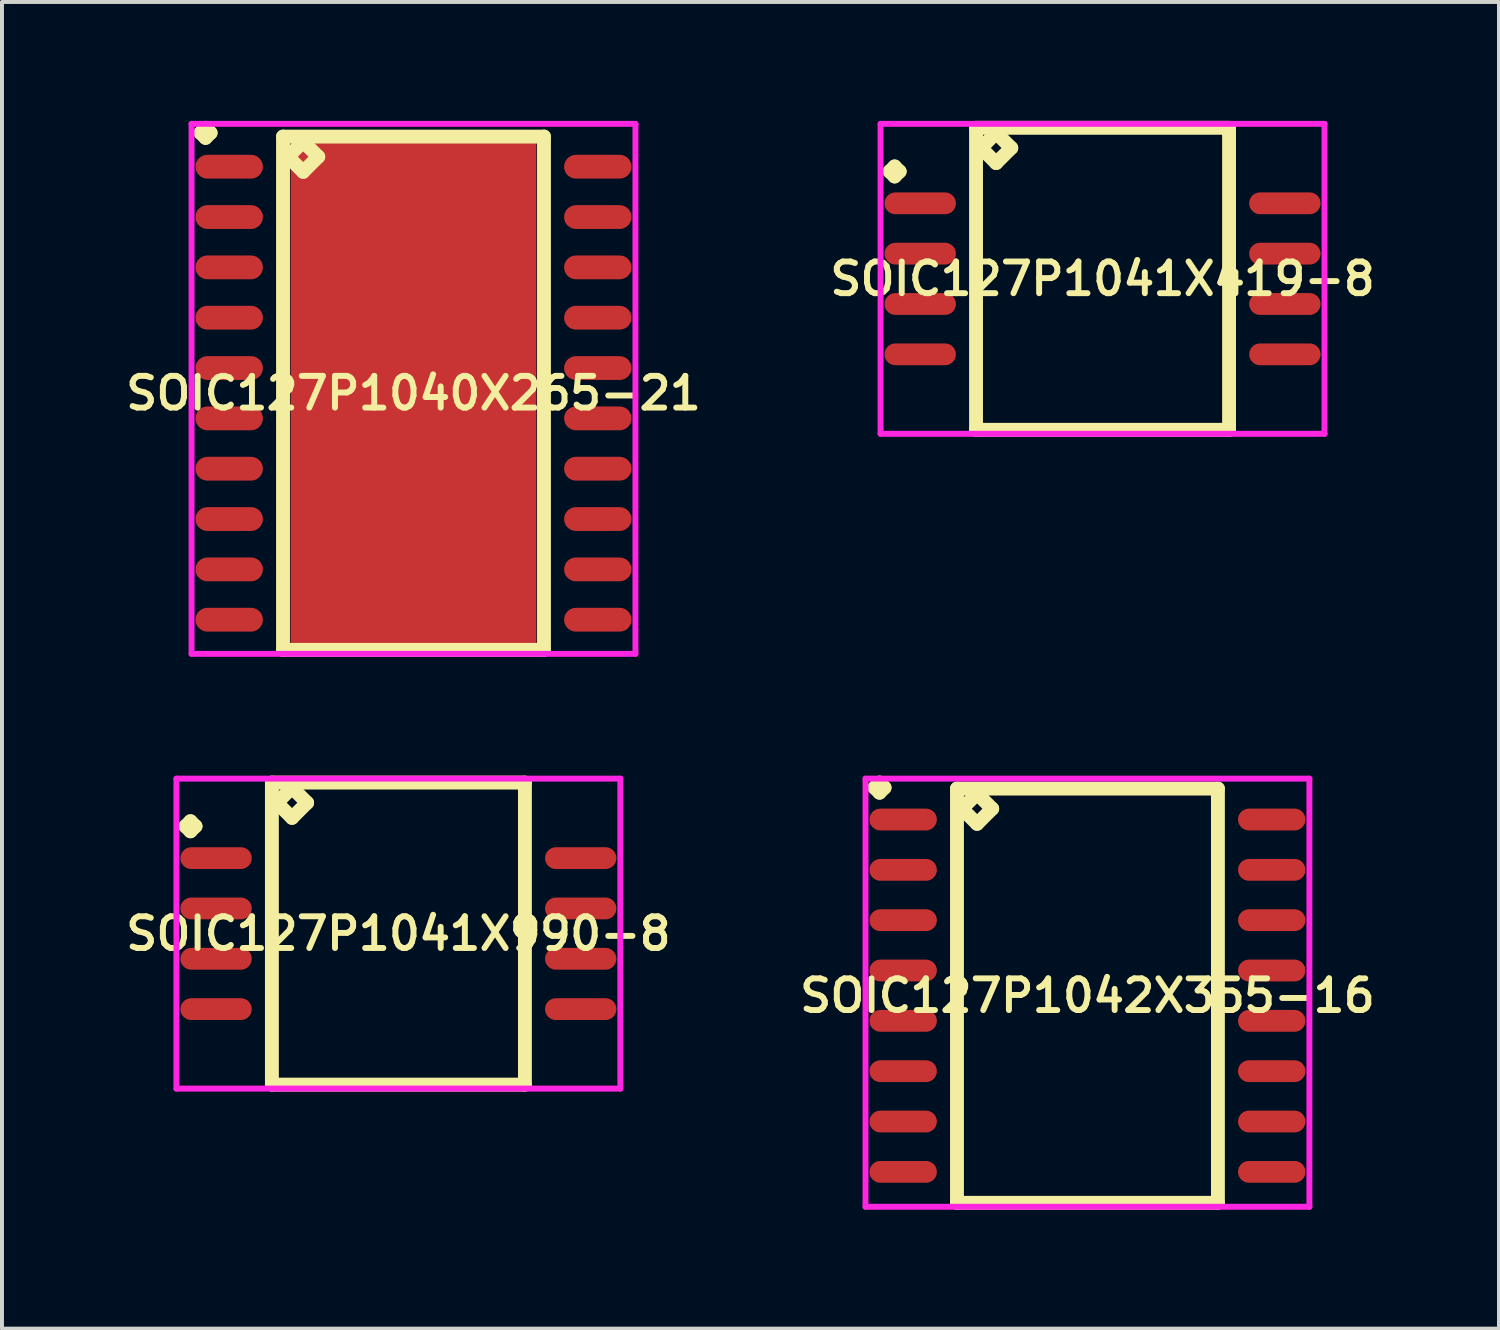
<source format=kicad_pcb>
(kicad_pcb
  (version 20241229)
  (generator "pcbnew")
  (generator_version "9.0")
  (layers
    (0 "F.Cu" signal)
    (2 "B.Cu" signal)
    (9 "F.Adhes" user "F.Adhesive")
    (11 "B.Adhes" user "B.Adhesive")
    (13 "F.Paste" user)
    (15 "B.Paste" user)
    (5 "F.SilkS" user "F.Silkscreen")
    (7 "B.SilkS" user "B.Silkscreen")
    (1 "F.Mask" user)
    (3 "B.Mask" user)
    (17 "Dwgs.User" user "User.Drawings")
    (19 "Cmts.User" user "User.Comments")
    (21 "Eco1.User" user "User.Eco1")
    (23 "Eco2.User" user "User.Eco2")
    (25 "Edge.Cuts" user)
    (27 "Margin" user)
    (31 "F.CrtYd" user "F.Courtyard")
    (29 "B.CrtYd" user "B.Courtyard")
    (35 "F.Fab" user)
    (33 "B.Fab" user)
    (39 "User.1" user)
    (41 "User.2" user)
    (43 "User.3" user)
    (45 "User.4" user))
  (footprint "SOIC127P1042X355-16"
    (layer "F.Cu")
    (at 24.387 22.072)
    (property "Reference" "SOIC127P1042X355-16" (at 0 0 0) (layer "F.SilkS") (effects (font (size 0.8 0.8) (thickness 0.15))))
    (attr smd)
    (fp_line (start -5.373 -5.249) (end -5.246 -5.376) (stroke (width 0.35) (type solid)) (layer "F.SilkS"))
    (fp_line (start -5.246 -5.376) (end -5.119 -5.249) (stroke (width 0.35) (type solid)) (layer "F.SilkS"))
    (fp_line (start -5.246 -5.122) (end -5.373 -5.249) (stroke (width 0.35) (type solid)) (layer "F.SilkS"))
    (fp_line (start -5.119 -5.249) (end -5.246 -5.122) (stroke (width 0.35) (type solid)) (layer "F.SilkS"))
    (fp_line (start -3.292 -5.225) (end -3.292 5.225) (stroke (width 0.35) (type solid)) (layer "F.SilkS"))
    (fp_line (start -3.292 5.225) (end 3.292 5.225) (stroke (width 0.35) (type solid)) (layer "F.SilkS"))
    (fp_line (start -3.165 -4.717) (end -2.784 -5.098) (stroke (width 0.35) (type solid)) (layer "F.SilkS"))
    (fp_line (start -2.784 -5.098) (end -2.403 -4.717) (stroke (width 0.35) (type solid)) (layer "F.SilkS"))
    (fp_line (start -2.784 -4.336) (end -3.165 -4.717) (stroke (width 0.35) (type solid)) (layer "F.SilkS"))
    (fp_line (start -2.403 -4.717) (end -2.784 -4.336) (stroke (width 0.35) (type solid)) (layer "F.SilkS"))
    (fp_line (start 3.292 -5.225) (end -3.292 -5.225) (stroke (width 0.35) (type solid)) (layer "F.SilkS"))
    (fp_line (start 3.292 5.225) (end 3.292 -5.225) (stroke (width 0.35) (type solid)) (layer "F.SilkS"))
    (fp_line (start -5.6 -5.476) (end 5.6 -5.476) (stroke (width 0.15) (type solid)) (layer "F.CrtYd"))
    (fp_line (start -5.6 5.325) (end -5.6 -5.476) (stroke (width 0.15) (type solid)) (layer "F.CrtYd"))
    (fp_line (start 5.6 -5.476) (end 5.6 5.325) (stroke (width 0.15) (type solid)) (layer "F.CrtYd"))
    (fp_line (start 5.6 5.325) (end -5.6 5.325) (stroke (width 0.15) (type solid)) (layer "F.CrtYd"))
    (pad "1" smd oval (at -4.65 -4.445) (size 1.7 0.55) (layers "F.Cu" "F.Mask" "F.Paste"))
    (pad "2" smd oval (at -4.65 -3.175) (size 1.7 0.55) (layers "F.Cu" "F.Mask" "F.Paste"))
    (pad "3" smd oval (at -4.65 -1.905) (size 1.7 0.55) (layers "F.Cu" "F.Mask" "F.Paste"))
    (pad "4" smd oval (at -4.65 -0.635) (size 1.7 0.55) (layers "F.Cu" "F.Mask" "F.Paste"))
    (pad "5" smd oval (at -4.65 0.635) (size 1.7 0.55) (layers "F.Cu" "F.Mask" "F.Paste"))
    (pad "6" smd oval (at -4.65 1.905) (size 1.7 0.55) (layers "F.Cu" "F.Mask" "F.Paste"))
    (pad "7" smd oval (at -4.65 3.175) (size 1.7 0.55) (layers "F.Cu" "F.Mask" "F.Paste"))
    (pad "8" smd oval (at -4.65 4.445) (size 1.7 0.55) (layers "F.Cu" "F.Mask" "F.Paste"))
    (pad "9" smd oval (at 4.65 4.445) (size 1.7 0.55) (layers "F.Cu" "F.Mask" "F.Paste"))
    (pad "10" smd oval (at 4.65 3.175) (size 1.7 0.55) (layers "F.Cu" "F.Mask" "F.Paste"))
    (pad "11" smd oval (at 4.65 1.905) (size 1.7 0.55) (layers "F.Cu" "F.Mask" "F.Paste"))
    (pad "12" smd oval (at 4.65 0.635) (size 1.7 0.55) (layers "F.Cu" "F.Mask" "F.Paste"))
    (pad "13" smd oval (at 4.65 -0.635) (size 1.7 0.55) (layers "F.Cu" "F.Mask" "F.Paste"))
    (pad "14" smd oval (at 4.65 -1.905) (size 1.7 0.55) (layers "F.Cu" "F.Mask" "F.Paste"))
    (pad "15" smd oval (at 4.65 -3.175) (size 1.7 0.55) (layers "F.Cu" "F.Mask" "F.Paste"))
    (pad "16" smd oval (at 4.65 -4.445) (size 1.7 0.55) (layers "F.Cu" "F.Mask" "F.Paste")))
  (footprint "SOIC127P1041X990-8"
    (layer "F.Cu")
    (at 7.002 20.506)
    (property "Reference" "SOIC127P1041X990-8" (at 0 0 0) (layer "F.SilkS") (effects (font (size 0.8 0.8) (thickness 0.15))))
    (attr smd)
    (fp_line (start -5.373 -2.709) (end -5.246 -2.836) (stroke (width 0.35) (type solid)) (layer "F.SilkS"))
    (fp_line (start -5.246 -2.836) (end -5.119 -2.709) (stroke (width 0.35) (type solid)) (layer "F.SilkS"))
    (fp_line (start -5.246 -2.582) (end -5.373 -2.709) (stroke (width 0.35) (type solid)) (layer "F.SilkS"))
    (fp_line (start -5.119 -2.709) (end -5.246 -2.582) (stroke (width 0.35) (type solid)) (layer "F.SilkS"))
    (fp_line (start -3.192 -3.81) (end -3.192 3.81) (stroke (width 0.35) (type solid)) (layer "F.SilkS"))
    (fp_line (start -3.192 3.81) (end 3.192 3.81) (stroke (width 0.35) (type solid)) (layer "F.SilkS"))
    (fp_line (start -3.065 -3.302) (end -2.684 -3.683) (stroke (width 0.35) (type solid)) (layer "F.SilkS"))
    (fp_line (start -2.684 -3.683) (end -2.303 -3.302) (stroke (width 0.35) (type solid)) (layer "F.SilkS"))
    (fp_line (start -2.684 -2.921) (end -3.065 -3.302) (stroke (width 0.35) (type solid)) (layer "F.SilkS"))
    (fp_line (start -2.303 -3.302) (end -2.684 -2.921) (stroke (width 0.35) (type solid)) (layer "F.SilkS"))
    (fp_line (start 3.192 -3.81) (end -3.192 -3.81) (stroke (width 0.35) (type solid)) (layer "F.SilkS"))
    (fp_line (start 3.192 3.81) (end 3.192 -3.81) (stroke (width 0.35) (type solid)) (layer "F.SilkS"))
    (fp_line (start -5.6 -3.91) (end 5.6 -3.91) (stroke (width 0.15) (type solid)) (layer "F.CrtYd"))
    (fp_line (start -5.6 3.91) (end -5.6 -3.91) (stroke (width 0.15) (type solid)) (layer "F.CrtYd"))
    (fp_line (start 5.6 -3.91) (end 5.6 3.91) (stroke (width 0.15) (type solid)) (layer "F.CrtYd"))
    (fp_line (start 5.6 3.91) (end -5.6 3.91) (stroke (width 0.15) (type solid)) (layer "F.CrtYd"))
    (pad "1" smd oval (at -4.6 -1.905) (size 1.8 0.55) (layers "F.Cu" "F.Mask" "F.Paste"))
    (pad "2" smd oval (at -4.6 -0.635) (size 1.8 0.55) (layers "F.Cu" "F.Mask" "F.Paste"))
    (pad "3" smd oval (at -4.6 0.635) (size 1.8 0.55) (layers "F.Cu" "F.Mask" "F.Paste"))
    (pad "4" smd oval (at -4.6 1.905) (size 1.8 0.55) (layers "F.Cu" "F.Mask" "F.Paste"))
    (pad "5" smd oval (at 4.6 1.905) (size 1.8 0.55) (layers "F.Cu" "F.Mask" "F.Paste"))
    (pad "6" smd oval (at 4.6 0.635) (size 1.8 0.55) (layers "F.Cu" "F.Mask" "F.Paste"))
    (pad "7" smd oval (at 4.6 -0.635) (size 1.8 0.55) (layers "F.Cu" "F.Mask" "F.Paste"))
    (pad "8" smd oval (at 4.6 -1.905) (size 1.8 0.55) (layers "F.Cu" "F.Mask" "F.Paste")))
  (footprint "SOIC127P1041X419-8"
    (layer "F.Cu")
    (at 24.768 3.985)
    (property "Reference" "SOIC127P1041X419-8" (at 0 0 0) (layer "F.SilkS") (effects (font (size 0.8 0.8) (thickness 0.15))))
    (attr smd)
    (fp_line (start -5.373 -2.709) (end -5.246 -2.836) (stroke (width 0.35) (type solid)) (layer "F.SilkS"))
    (fp_line (start -5.246 -2.836) (end -5.119 -2.709) (stroke (width 0.35) (type solid)) (layer "F.SilkS"))
    (fp_line (start -5.246 -2.582) (end -5.373 -2.709) (stroke (width 0.35) (type solid)) (layer "F.SilkS"))
    (fp_line (start -5.119 -2.709) (end -5.246 -2.582) (stroke (width 0.35) (type solid)) (layer "F.SilkS"))
    (fp_line (start -3.192 -3.81) (end -3.192 3.81) (stroke (width 0.35) (type solid)) (layer "F.SilkS"))
    (fp_line (start -3.192 3.81) (end 3.192 3.81) (stroke (width 0.35) (type solid)) (layer "F.SilkS"))
    (fp_line (start -3.065 -3.302) (end -2.684 -3.683) (stroke (width 0.35) (type solid)) (layer "F.SilkS"))
    (fp_line (start -2.684 -3.683) (end -2.303 -3.302) (stroke (width 0.35) (type solid)) (layer "F.SilkS"))
    (fp_line (start -2.684 -2.921) (end -3.065 -3.302) (stroke (width 0.35) (type solid)) (layer "F.SilkS"))
    (fp_line (start -2.303 -3.302) (end -2.684 -2.921) (stroke (width 0.35) (type solid)) (layer "F.SilkS"))
    (fp_line (start 3.192 -3.81) (end -3.192 -3.81) (stroke (width 0.35) (type solid)) (layer "F.SilkS"))
    (fp_line (start 3.192 3.81) (end 3.192 -3.81) (stroke (width 0.35) (type solid)) (layer "F.SilkS"))
    (fp_line (start -5.6 -3.91) (end 5.6 -3.91) (stroke (width 0.15) (type solid)) (layer "F.CrtYd"))
    (fp_line (start -5.6 3.91) (end -5.6 -3.91) (stroke (width 0.15) (type solid)) (layer "F.CrtYd"))
    (fp_line (start 5.6 -3.91) (end 5.6 3.91) (stroke (width 0.15) (type solid)) (layer "F.CrtYd"))
    (fp_line (start 5.6 3.91) (end -5.6 3.91) (stroke (width 0.15) (type solid)) (layer "F.CrtYd"))
    (pad "1" smd oval (at -4.6 -1.905) (size 1.8 0.55) (layers "F.Cu" "F.Mask" "F.Paste"))
    (pad "2" smd oval (at -4.6 -0.635) (size 1.8 0.55) (layers "F.Cu" "F.Mask" "F.Paste"))
    (pad "3" smd oval (at -4.6 0.635) (size 1.8 0.55) (layers "F.Cu" "F.Mask" "F.Paste"))
    (pad "4" smd oval (at -4.6 1.905) (size 1.8 0.55) (layers "F.Cu" "F.Mask" "F.Paste"))
    (pad "5" smd oval (at 4.6 1.905) (size 1.8 0.55) (layers "F.Cu" "F.Mask" "F.Paste"))
    (pad "6" smd oval (at 4.6 0.635) (size 1.8 0.55) (layers "F.Cu" "F.Mask" "F.Paste"))
    (pad "7" smd oval (at 4.6 -0.635) (size 1.8 0.55) (layers "F.Cu" "F.Mask" "F.Paste"))
    (pad "8" smd oval (at 4.6 -1.905) (size 1.8 0.55) (layers "F.Cu" "F.Mask" "F.Paste")))
  (footprint "SOIC127P1040X265-21"
    (layer "F.Cu")
    (at 7.383 6.871)
    (property "Reference" "SOIC127P1040X265-21" (at 0 0 0) (layer "F.SilkS") (effects (font (size 0.8 0.8) (thickness 0.15))))
    (attr smd)
    (fp_line (start -5.373 -6.569) (end -5.246 -6.696) (stroke (width 0.35) (type solid)) (layer "F.SilkS"))
    (fp_line (start -5.246 -6.696) (end -5.119 -6.569) (stroke (width 0.35) (type solid)) (layer "F.SilkS"))
    (fp_line (start -5.246 -6.442) (end -5.373 -6.569) (stroke (width 0.35) (type solid)) (layer "F.SilkS"))
    (fp_line (start -5.119 -6.569) (end -5.246 -6.442) (stroke (width 0.35) (type solid)) (layer "F.SilkS"))
    (fp_line (start -3.292 -6.475) (end -3.292 6.475) (stroke (width 0.35) (type solid)) (layer "F.SilkS"))
    (fp_line (start -3.292 6.475) (end 3.292 6.475) (stroke (width 0.35) (type solid)) (layer "F.SilkS"))
    (fp_line (start -3.165 -5.967) (end -2.784 -6.348) (stroke (width 0.35) (type solid)) (layer "F.SilkS"))
    (fp_line (start -2.784 -6.348) (end -2.403 -5.967) (stroke (width 0.35) (type solid)) (layer "F.SilkS"))
    (fp_line (start -2.784 -5.586) (end -3.165 -5.967) (stroke (width 0.35) (type solid)) (layer "F.SilkS"))
    (fp_line (start -2.403 -5.967) (end -2.784 -5.586) (stroke (width 0.35) (type solid)) (layer "F.SilkS"))
    (fp_line (start 3.292 -6.475) (end -3.292 -6.475) (stroke (width 0.35) (type solid)) (layer "F.SilkS"))
    (fp_line (start 3.292 6.475) (end 3.292 -6.475) (stroke (width 0.35) (type solid)) (layer "F.SilkS"))
    (fp_line (start -5.6 -6.796) (end 5.6 -6.796) (stroke (width 0.15) (type solid)) (layer "F.CrtYd"))
    (fp_line (start -5.6 6.575) (end -5.6 -6.796) (stroke (width 0.15) (type solid)) (layer "F.CrtYd"))
    (fp_line (start 5.6 -6.796) (end 5.6 6.575) (stroke (width 0.15) (type solid)) (layer "F.CrtYd"))
    (fp_line (start 5.6 6.575) (end -5.6 6.575) (stroke (width 0.15) (type solid)) (layer "F.CrtYd"))
    (pad "1" smd oval (at -4.65 -5.715) (size 1.7 0.6) (layers "F.Cu" "F.Mask" "F.Paste"))
    (pad "2" smd oval (at -4.65 -4.445) (size 1.7 0.6) (layers "F.Cu" "F.Mask" "F.Paste"))
    (pad "3" smd oval (at -4.65 -3.175) (size 1.7 0.6) (layers "F.Cu" "F.Mask" "F.Paste"))
    (pad "4" smd oval (at -4.65 -1.905) (size 1.7 0.6) (layers "F.Cu" "F.Mask" "F.Paste"))
    (pad "5" smd oval (at -4.65 -0.635) (size 1.7 0.6) (layers "F.Cu" "F.Mask" "F.Paste"))
    (pad "6" smd oval (at -4.65 0.635) (size 1.7 0.6) (layers "F.Cu" "F.Mask" "F.Paste"))
    (pad "7" smd oval (at -4.65 1.905) (size 1.7 0.6) (layers "F.Cu" "F.Mask" "F.Paste"))
    (pad "8" smd oval (at -4.65 3.175) (size 1.7 0.6) (layers "F.Cu" "F.Mask" "F.Paste"))
    (pad "9" smd oval (at -4.65 4.445) (size 1.7 0.6) (layers "F.Cu" "F.Mask" "F.Paste"))
    (pad "10" smd oval (at -4.65 5.715) (size 1.7 0.6) (layers "F.Cu" "F.Mask" "F.Paste"))
    (pad "11" smd oval (at 4.65 5.715) (size 1.7 0.6) (layers "F.Cu" "F.Mask" "F.Paste"))
    (pad "12" smd oval (at 4.65 4.445) (size 1.7 0.6) (layers "F.Cu" "F.Mask" "F.Paste"))
    (pad "13" smd oval (at 4.65 3.175) (size 1.7 0.6) (layers "F.Cu" "F.Mask" "F.Paste"))
    (pad "14" smd oval (at 4.65 1.905) (size 1.7 0.6) (layers "F.Cu" "F.Mask" "F.Paste"))
    (pad "15" smd oval (at 4.65 0.635) (size 1.7 0.6) (layers "F.Cu" "F.Mask" "F.Paste"))
    (pad "16" smd oval (at 4.65 -0.635) (size 1.7 0.6) (layers "F.Cu" "F.Mask" "F.Paste"))
    (pad "17" smd oval (at 4.65 -1.905) (size 1.7 0.6) (layers "F.Cu" "F.Mask" "F.Paste"))
    (pad "18" smd oval (at 4.65 -3.175) (size 1.7 0.6) (layers "F.Cu" "F.Mask" "F.Paste"))
    (pad "19" smd oval (at 4.65 -4.445) (size 1.7 0.6) (layers "F.Cu" "F.Mask" "F.Paste"))
    (pad "20" smd oval (at 4.65 -5.715) (size 1.7 0.6) (layers "F.Cu" "F.Mask" "F.Paste"))
    (pad "21" smd rect (at 0 0) (size 6.2 12.95) (layers "F.Cu" "F.Mask" "F.Paste")))
  (gr_rect
    (start -3 -3)
    (end 34.77 30.472)
    (stroke (width 0.1) (type default))
    (fill no)
    (layer "Edge.Cuts")))
</source>
